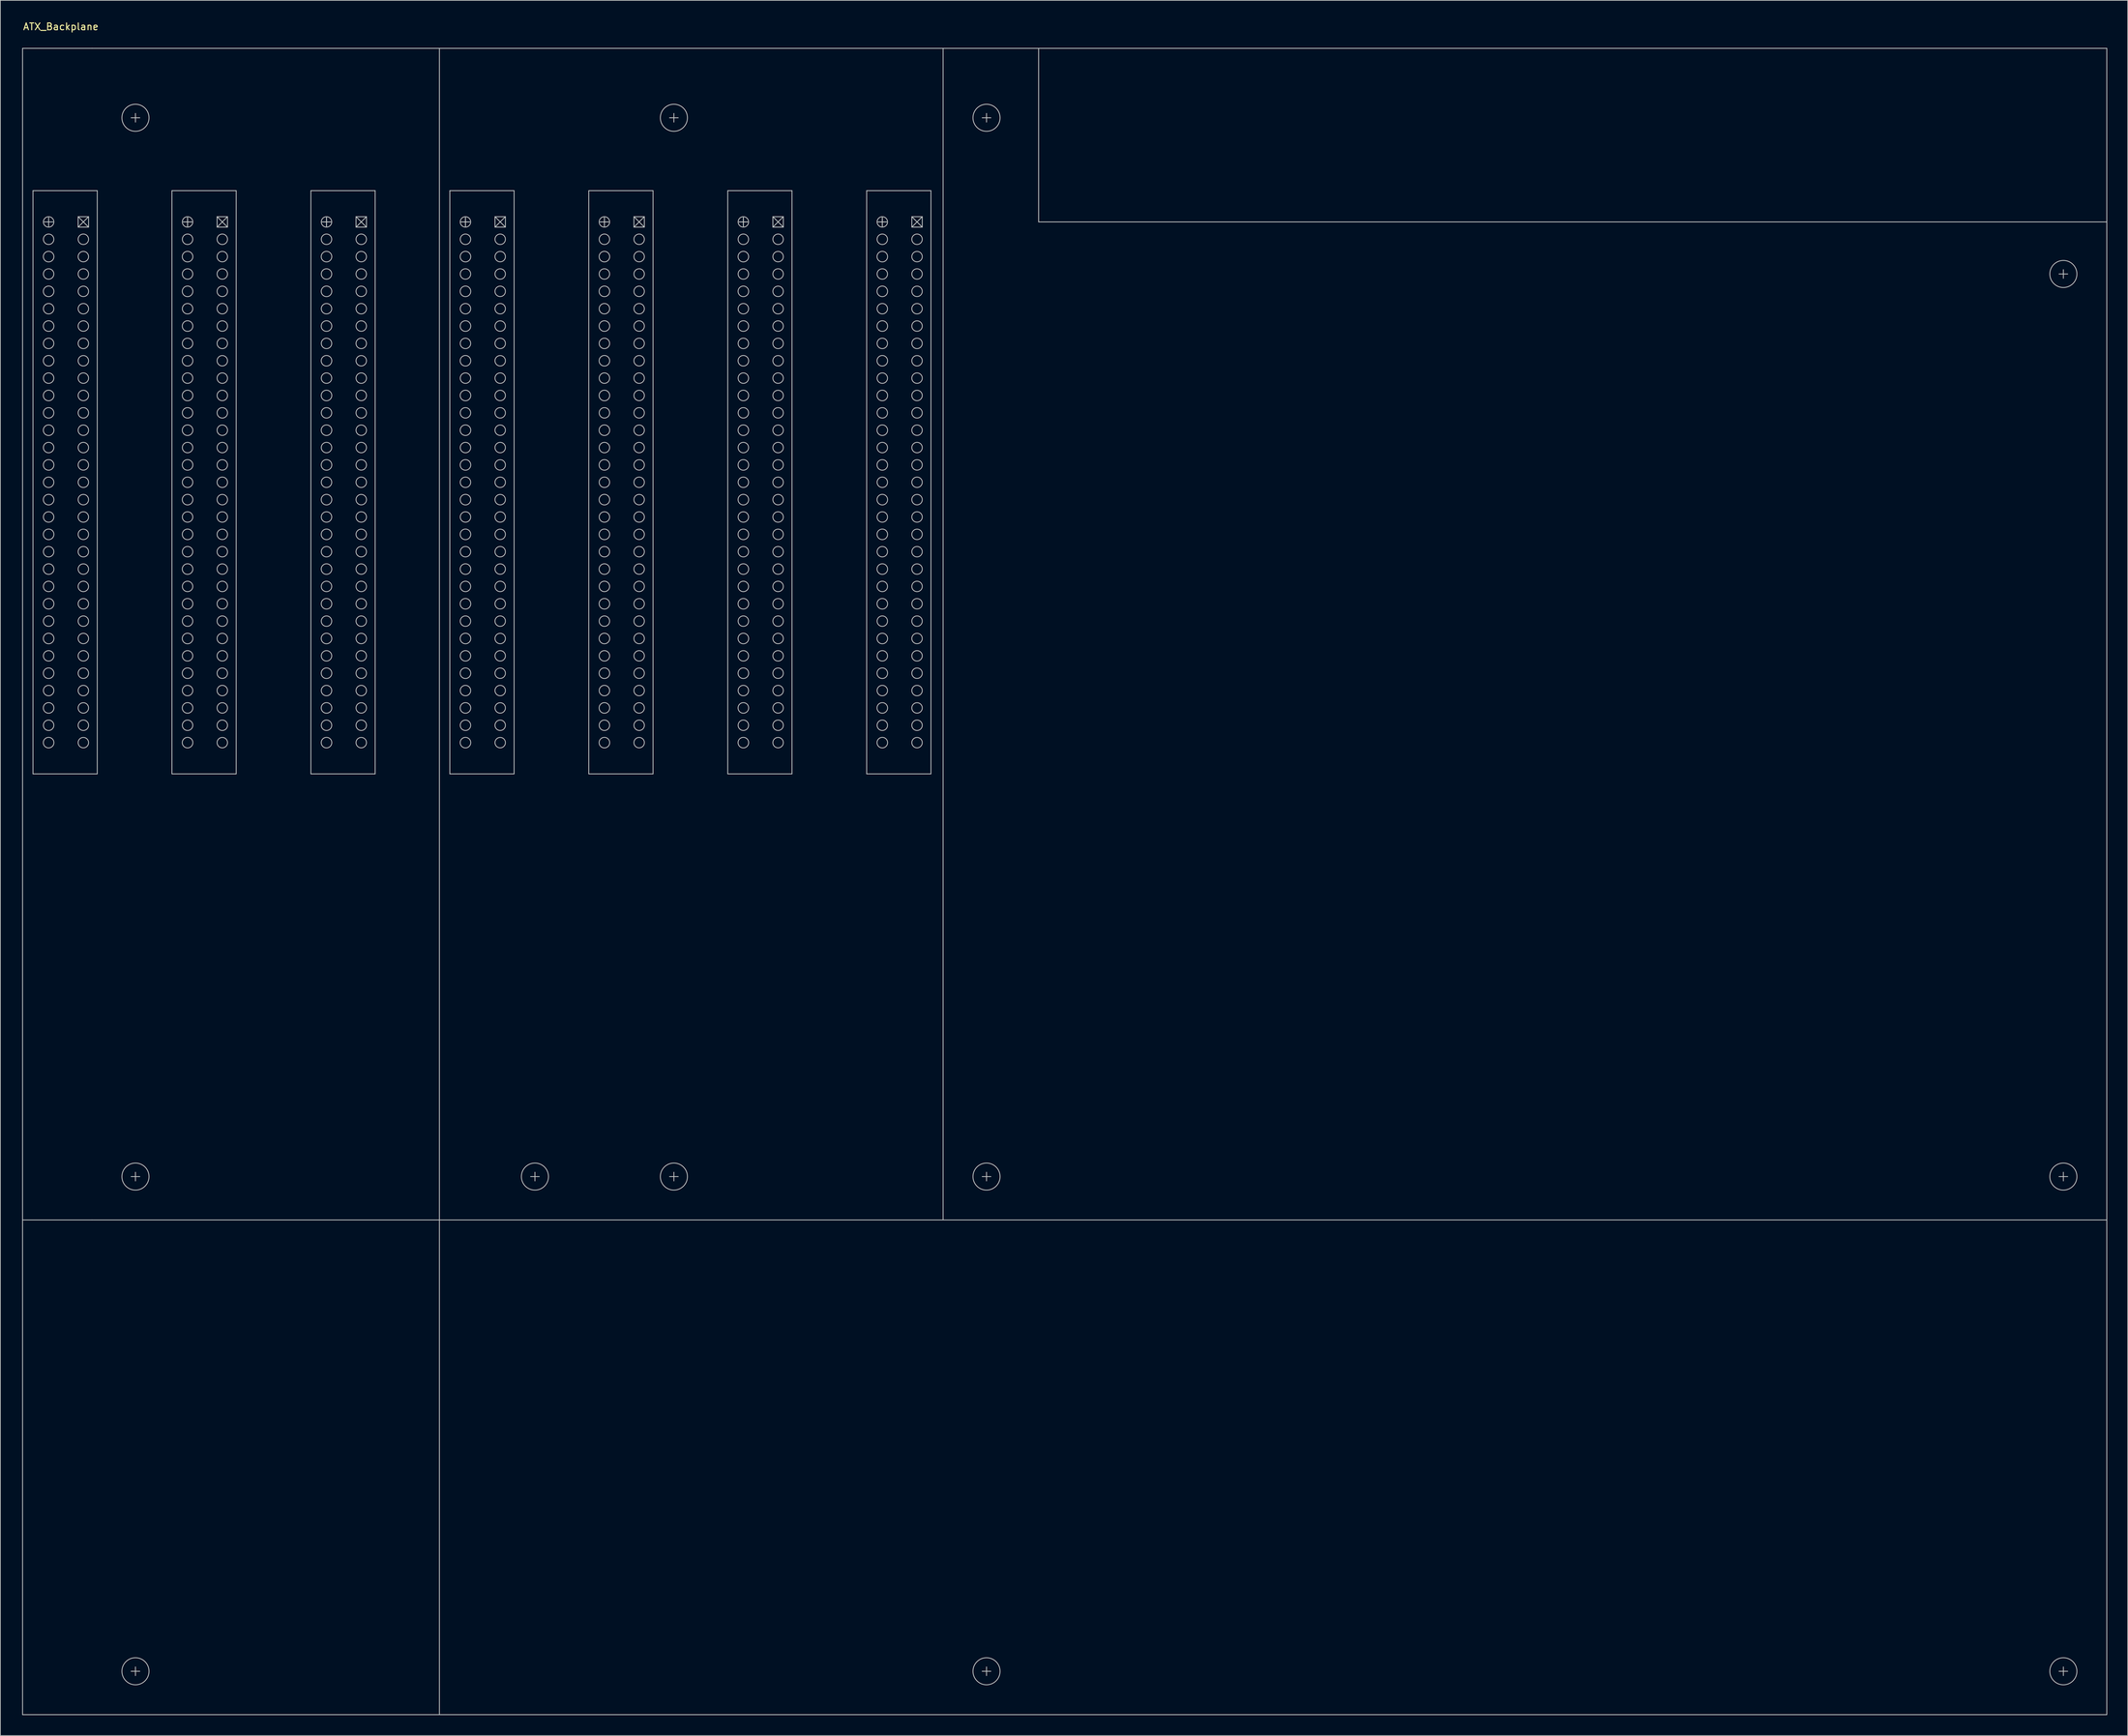
<source format=kicad_pcb>
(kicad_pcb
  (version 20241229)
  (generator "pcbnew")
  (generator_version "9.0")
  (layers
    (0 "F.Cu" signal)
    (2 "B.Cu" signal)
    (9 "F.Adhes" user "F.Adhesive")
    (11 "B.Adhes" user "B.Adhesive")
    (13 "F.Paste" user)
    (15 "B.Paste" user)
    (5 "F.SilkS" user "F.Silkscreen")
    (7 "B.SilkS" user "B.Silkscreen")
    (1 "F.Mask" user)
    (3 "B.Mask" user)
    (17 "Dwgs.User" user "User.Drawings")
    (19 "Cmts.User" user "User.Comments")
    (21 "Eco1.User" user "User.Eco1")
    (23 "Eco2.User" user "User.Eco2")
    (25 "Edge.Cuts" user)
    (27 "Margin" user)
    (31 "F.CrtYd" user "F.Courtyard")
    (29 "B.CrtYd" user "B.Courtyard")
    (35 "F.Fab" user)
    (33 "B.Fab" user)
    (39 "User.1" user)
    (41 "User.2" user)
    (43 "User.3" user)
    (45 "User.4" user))
  (footprint "ATX_Backplane"
    (layer "F.Cu")
    (at 0.25 4.023)
    (property "Reference" "ATX_Backplane" (at 0 -3.175 0) (layer "F.SilkS") (effects (font (size 1 1) (thickness 0.15)) (justify left)))
    (attr through_hole)
    (fp_line (start 0 0) (end 0 171.45) (stroke (width 0.12) (type solid)) (layer "Dwgs.User"))
    (fp_line (start 0 0) (end 10.16 0) (stroke (width 0.12) (type solid)) (layer "Dwgs.User"))
    (fp_line (start 0 171.45) (end 0 243.84) (stroke (width 0.12) (type solid)) (layer "Dwgs.User"))
    (fp_line (start 0 171.45) (end 10.16 171.45) (stroke (width 0.12) (type solid)) (layer "Dwgs.User"))
    (fp_line (start 0 243.84) (end 304.8 243.84) (stroke (width 0.12) (type solid)) (layer "Dwgs.User"))
    (fp_line (start 1.524 20.828) (end 10.922 20.828) (stroke (width 0.12) (type solid)) (layer "Dwgs.User"))
    (fp_line (start 1.524 106.172) (end 1.524 20.828) (stroke (width 0.12) (type solid)) (layer "Dwgs.User"))
    (fp_line (start 3.175 25.4) (end 4.445 25.4) (stroke (width 0.12) (type solid)) (layer "Dwgs.User"))
    (fp_line (start 3.81 26.035) (end 3.81 24.765) (stroke (width 0.12) (type solid)) (layer "Dwgs.User"))
    (fp_line (start 8.128 24.638) (end 8.128 26.162) (stroke (width 0.12) (type solid)) (layer "Dwgs.User"))
    (fp_line (start 8.128 24.638) (end 9.652 26.162) (stroke (width 0.12) (type solid)) (layer "Dwgs.User"))
    (fp_line (start 8.128 26.162) (end 9.652 24.638) (stroke (width 0.12) (type solid)) (layer "Dwgs.User"))
    (fp_line (start 8.128 26.162) (end 9.652 26.162) (stroke (width 0.12) (type solid)) (layer "Dwgs.User"))
    (fp_line (start 9.652 24.638) (end 8.128 24.638) (stroke (width 0.12) (type solid)) (layer "Dwgs.User"))
    (fp_line (start 9.652 26.162) (end 9.652 24.638) (stroke (width 0.12) (type solid)) (layer "Dwgs.User"))
    (fp_line (start 10.16 0) (end 304.8 0) (stroke (width 0.12) (type solid)) (layer "Dwgs.User"))
    (fp_line (start 10.16 171.45) (end 304.8 171.45) (stroke (width 0.12) (type solid)) (layer "Dwgs.User"))
    (fp_line (start 10.922 20.828) (end 10.922 106.172) (stroke (width 0.12) (type solid)) (layer "Dwgs.User"))
    (fp_line (start 10.922 106.172) (end 1.524 106.172) (stroke (width 0.12) (type solid)) (layer "Dwgs.User"))
    (fp_line (start 15.875 10.16) (end 17.145 10.16) (stroke (width 0.12) (type solid)) (layer "Dwgs.User"))
    (fp_line (start 15.875 165.1) (end 17.145 165.1) (stroke (width 0.12) (type solid)) (layer "Dwgs.User"))
    (fp_line (start 15.875 237.49) (end 17.145 237.49) (stroke (width 0.12) (type solid)) (layer "Dwgs.User"))
    (fp_line (start 16.51 9.525) (end 16.51 10.795) (stroke (width 0.12) (type solid)) (layer "Dwgs.User"))
    (fp_line (start 16.51 164.465) (end 16.51 165.735) (stroke (width 0.12) (type solid)) (layer "Dwgs.User"))
    (fp_line (start 16.51 236.855) (end 16.51 238.125) (stroke (width 0.12) (type solid)) (layer "Dwgs.User"))
    (fp_line (start 21.844 20.828) (end 31.242 20.828) (stroke (width 0.12) (type solid)) (layer "Dwgs.User"))
    (fp_line (start 21.844 106.172) (end 21.844 20.828) (stroke (width 0.12) (type solid)) (layer "Dwgs.User"))
    (fp_line (start 23.495 25.4) (end 24.765 25.4) (stroke (width 0.12) (type solid)) (layer "Dwgs.User"))
    (fp_line (start 23.495 25.4) (end 24.765 25.4) (stroke (width 0.12) (type solid)) (layer "Dwgs.User"))
    (fp_line (start 24.13 26.035) (end 24.13 24.765) (stroke (width 0.12) (type solid)) (layer "Dwgs.User"))
    (fp_line (start 24.13 26.035) (end 24.13 24.765) (stroke (width 0.12) (type solid)) (layer "Dwgs.User"))
    (fp_line (start 28.448 24.638) (end 28.448 26.162) (stroke (width 0.12) (type solid)) (layer "Dwgs.User"))
    (fp_line (start 28.448 24.638) (end 29.972 26.162) (stroke (width 0.12) (type solid)) (layer "Dwgs.User"))
    (fp_line (start 28.448 26.162) (end 29.972 24.638) (stroke (width 0.12) (type solid)) (layer "Dwgs.User"))
    (fp_line (start 28.448 26.162) (end 29.972 26.162) (stroke (width 0.12) (type solid)) (layer "Dwgs.User"))
    (fp_line (start 29.972 24.638) (end 28.448 24.638) (stroke (width 0.12) (type solid)) (layer "Dwgs.User"))
    (fp_line (start 29.972 26.162) (end 29.972 24.638) (stroke (width 0.12) (type solid)) (layer "Dwgs.User"))
    (fp_line (start 31.242 20.828) (end 31.242 106.172) (stroke (width 0.12) (type solid)) (layer "Dwgs.User"))
    (fp_line (start 31.242 106.172) (end 21.844 106.172) (stroke (width 0.12) (type solid)) (layer "Dwgs.User"))
    (fp_line (start 42.164 20.828) (end 51.562 20.828) (stroke (width 0.12) (type solid)) (layer "Dwgs.User"))
    (fp_line (start 42.164 106.172) (end 42.164 20.828) (stroke (width 0.12) (type solid)) (layer "Dwgs.User"))
    (fp_line (start 43.815 25.4) (end 45.085 25.4) (stroke (width 0.12) (type solid)) (layer "Dwgs.User"))
    (fp_line (start 44.45 24.765) (end 44.45 26.035) (stroke (width 0.12) (type solid)) (layer "Dwgs.User"))
    (fp_line (start 44.45 26.035) (end 44.45 24.765) (stroke (width 0.12) (type solid)) (layer "Dwgs.User"))
    (fp_line (start 45.085 25.4) (end 43.815 25.4) (stroke (width 0.12) (type solid)) (layer "Dwgs.User"))
    (fp_line (start 48.768 24.638) (end 48.768 26.162) (stroke (width 0.12) (type solid)) (layer "Dwgs.User"))
    (fp_line (start 48.768 24.638) (end 50.292 26.162) (stroke (width 0.12) (type solid)) (layer "Dwgs.User"))
    (fp_line (start 48.768 26.162) (end 50.292 24.638) (stroke (width 0.12) (type solid)) (layer "Dwgs.User"))
    (fp_line (start 48.768 26.162) (end 50.292 26.162) (stroke (width 0.12) (type solid)) (layer "Dwgs.User"))
    (fp_line (start 50.292 24.638) (end 48.768 24.638) (stroke (width 0.12) (type solid)) (layer "Dwgs.User"))
    (fp_line (start 50.292 26.162) (end 50.292 24.638) (stroke (width 0.12) (type solid)) (layer "Dwgs.User"))
    (fp_line (start 51.562 20.828) (end 51.562 106.172) (stroke (width 0.12) (type solid)) (layer "Dwgs.User"))
    (fp_line (start 51.562 106.172) (end 42.164 106.172) (stroke (width 0.12) (type solid)) (layer "Dwgs.User"))
    (fp_line (start 60.96 243.84) (end 60.96 0) (stroke (width 0.12) (type solid)) (layer "Dwgs.User"))
    (fp_line (start 62.484 20.828) (end 71.882 20.828) (stroke (width 0.12) (type solid)) (layer "Dwgs.User"))
    (fp_line (start 62.484 106.172) (end 62.484 20.828) (stroke (width 0.12) (type solid)) (layer "Dwgs.User"))
    (fp_line (start 64.135 25.4) (end 65.405 25.4) (stroke (width 0.12) (type solid)) (layer "Dwgs.User"))
    (fp_line (start 64.135 25.4) (end 65.405 25.4) (stroke (width 0.12) (type solid)) (layer "Dwgs.User"))
    (fp_line (start 64.77 24.765) (end 64.77 26.035) (stroke (width 0.12) (type solid)) (layer "Dwgs.User"))
    (fp_line (start 64.77 26.035) (end 64.77 24.765) (stroke (width 0.12) (type solid)) (layer "Dwgs.User"))
    (fp_line (start 69.088 24.638) (end 69.088 26.162) (stroke (width 0.12) (type solid)) (layer "Dwgs.User"))
    (fp_line (start 69.088 24.638) (end 70.612 26.162) (stroke (width 0.12) (type solid)) (layer "Dwgs.User"))
    (fp_line (start 69.088 26.162) (end 70.612 24.638) (stroke (width 0.12) (type solid)) (layer "Dwgs.User"))
    (fp_line (start 69.088 26.162) (end 70.612 26.162) (stroke (width 0.12) (type solid)) (layer "Dwgs.User"))
    (fp_line (start 70.612 24.638) (end 69.088 24.638) (stroke (width 0.12) (type solid)) (layer "Dwgs.User"))
    (fp_line (start 70.612 26.162) (end 70.612 24.638) (stroke (width 0.12) (type solid)) (layer "Dwgs.User"))
    (fp_line (start 71.882 20.828) (end 71.882 106.172) (stroke (width 0.12) (type solid)) (layer "Dwgs.User"))
    (fp_line (start 71.882 106.172) (end 62.484 106.172) (stroke (width 0.12) (type solid)) (layer "Dwgs.User"))
    (fp_line (start 74.295 165.1) (end 75.565 165.1) (stroke (width 0.12) (type solid)) (layer "Dwgs.User"))
    (fp_line (start 74.93 164.465) (end 74.93 165.735) (stroke (width 0.12) (type solid)) (layer "Dwgs.User"))
    (fp_line (start 82.804 20.828) (end 92.202 20.828) (stroke (width 0.12) (type solid)) (layer "Dwgs.User"))
    (fp_line (start 82.804 106.172) (end 82.804 20.828) (stroke (width 0.12) (type solid)) (layer "Dwgs.User"))
    (fp_line (start 84.455 25.4) (end 85.725 25.4) (stroke (width 0.12) (type solid)) (layer "Dwgs.User"))
    (fp_line (start 84.455 25.4) (end 85.725 25.4) (stroke (width 0.12) (type solid)) (layer "Dwgs.User"))
    (fp_line (start 85.09 24.765) (end 85.09 26.035) (stroke (width 0.12) (type solid)) (layer "Dwgs.User"))
    (fp_line (start 85.09 26.035) (end 85.09 24.765) (stroke (width 0.12) (type solid)) (layer "Dwgs.User"))
    (fp_line (start 89.408 24.638) (end 89.408 26.162) (stroke (width 0.12) (type solid)) (layer "Dwgs.User"))
    (fp_line (start 89.408 24.638) (end 90.932 26.162) (stroke (width 0.12) (type solid)) (layer "Dwgs.User"))
    (fp_line (start 89.408 26.162) (end 90.932 24.638) (stroke (width 0.12) (type solid)) (layer "Dwgs.User"))
    (fp_line (start 89.408 26.162) (end 90.932 26.162) (stroke (width 0.12) (type solid)) (layer "Dwgs.User"))
    (fp_line (start 90.932 24.638) (end 89.408 24.638) (stroke (width 0.12) (type solid)) (layer "Dwgs.User"))
    (fp_line (start 90.932 26.162) (end 90.932 24.638) (stroke (width 0.12) (type solid)) (layer "Dwgs.User"))
    (fp_line (start 92.202 20.828) (end 92.202 106.172) (stroke (width 0.12) (type solid)) (layer "Dwgs.User"))
    (fp_line (start 92.202 106.172) (end 82.804 106.172) (stroke (width 0.12) (type solid)) (layer "Dwgs.User"))
    (fp_line (start 94.615 10.16) (end 95.885 10.16) (stroke (width 0.12) (type solid)) (layer "Dwgs.User"))
    (fp_line (start 94.615 165.1) (end 95.885 165.1) (stroke (width 0.12) (type solid)) (layer "Dwgs.User"))
    (fp_line (start 95.25 9.525) (end 95.25 10.795) (stroke (width 0.12) (type solid)) (layer "Dwgs.User"))
    (fp_line (start 95.25 164.465) (end 95.25 165.735) (stroke (width 0.12) (type solid)) (layer "Dwgs.User"))
    (fp_line (start 103.124 20.828) (end 112.522 20.828) (stroke (width 0.12) (type solid)) (layer "Dwgs.User"))
    (fp_line (start 103.124 106.172) (end 103.124 20.828) (stroke (width 0.12) (type solid)) (layer "Dwgs.User"))
    (fp_line (start 104.775 25.4) (end 106.045 25.4) (stroke (width 0.12) (type solid)) (layer "Dwgs.User"))
    (fp_line (start 104.775 25.4) (end 106.045 25.4) (stroke (width 0.12) (type solid)) (layer "Dwgs.User"))
    (fp_line (start 105.41 24.765) (end 105.41 26.035) (stroke (width 0.12) (type solid)) (layer "Dwgs.User"))
    (fp_line (start 105.41 26.035) (end 105.41 24.765) (stroke (width 0.12) (type solid)) (layer "Dwgs.User"))
    (fp_line (start 109.728 24.638) (end 109.728 26.162) (stroke (width 0.12) (type solid)) (layer "Dwgs.User"))
    (fp_line (start 109.728 24.638) (end 111.252 26.162) (stroke (width 0.12) (type solid)) (layer "Dwgs.User"))
    (fp_line (start 109.728 26.162) (end 111.252 24.638) (stroke (width 0.12) (type solid)) (layer "Dwgs.User"))
    (fp_line (start 109.728 26.162) (end 111.252 26.162) (stroke (width 0.12) (type solid)) (layer "Dwgs.User"))
    (fp_line (start 111.252 24.638) (end 109.728 24.638) (stroke (width 0.12) (type solid)) (layer "Dwgs.User"))
    (fp_line (start 111.252 26.162) (end 111.252 24.638) (stroke (width 0.12) (type solid)) (layer "Dwgs.User"))
    (fp_line (start 112.522 20.828) (end 112.522 106.172) (stroke (width 0.12) (type solid)) (layer "Dwgs.User"))
    (fp_line (start 112.522 106.172) (end 103.124 106.172) (stroke (width 0.12) (type solid)) (layer "Dwgs.User"))
    (fp_line (start 123.444 20.828) (end 132.842 20.828) (stroke (width 0.12) (type solid)) (layer "Dwgs.User"))
    (fp_line (start 123.444 106.172) (end 123.444 20.828) (stroke (width 0.12) (type solid)) (layer "Dwgs.User"))
    (fp_line (start 125.095 25.4) (end 126.365 25.4) (stroke (width 0.12) (type solid)) (layer "Dwgs.User"))
    (fp_line (start 125.095 25.4) (end 126.365 25.4) (stroke (width 0.12) (type solid)) (layer "Dwgs.User"))
    (fp_line (start 125.73 26.035) (end 125.73 24.765) (stroke (width 0.12) (type solid)) (layer "Dwgs.User"))
    (fp_line (start 125.73 26.035) (end 125.73 24.765) (stroke (width 0.12) (type solid)) (layer "Dwgs.User"))
    (fp_line (start 130.048 24.638) (end 130.048 26.162) (stroke (width 0.12) (type solid)) (layer "Dwgs.User"))
    (fp_line (start 130.048 24.638) (end 131.572 26.162) (stroke (width 0.12) (type solid)) (layer "Dwgs.User"))
    (fp_line (start 130.048 26.162) (end 131.572 24.638) (stroke (width 0.12) (type solid)) (layer "Dwgs.User"))
    (fp_line (start 130.048 26.162) (end 131.572 26.162) (stroke (width 0.12) (type solid)) (layer "Dwgs.User"))
    (fp_line (start 131.572 24.638) (end 130.048 24.638) (stroke (width 0.12) (type solid)) (layer "Dwgs.User"))
    (fp_line (start 131.572 26.162) (end 131.572 24.638) (stroke (width 0.12) (type solid)) (layer "Dwgs.User"))
    (fp_line (start 132.842 20.828) (end 132.842 106.172) (stroke (width 0.12) (type solid)) (layer "Dwgs.User"))
    (fp_line (start 132.842 106.172) (end 123.444 106.172) (stroke (width 0.12) (type solid)) (layer "Dwgs.User"))
    (fp_line (start 134.62 171.45) (end 134.62 0) (stroke (width 0.12) (type solid)) (layer "Dwgs.User"))
    (fp_line (start 140.335 10.16) (end 141.605 10.16) (stroke (width 0.12) (type solid)) (layer "Dwgs.User"))
    (fp_line (start 140.335 165.1) (end 141.605 165.1) (stroke (width 0.12) (type solid)) (layer "Dwgs.User"))
    (fp_line (start 140.335 237.49) (end 141.605 237.49) (stroke (width 0.12) (type solid)) (layer "Dwgs.User"))
    (fp_line (start 140.97 9.525) (end 140.97 10.795) (stroke (width 0.12) (type solid)) (layer "Dwgs.User"))
    (fp_line (start 140.97 164.465) (end 140.97 165.735) (stroke (width 0.12) (type solid)) (layer "Dwgs.User"))
    (fp_line (start 140.97 236.855) (end 140.97 238.125) (stroke (width 0.12) (type solid)) (layer "Dwgs.User"))
    (fp_line (start 148.59 0) (end 148.59 25.4) (stroke (width 0.12) (type solid)) (layer "Dwgs.User"))
    (fp_line (start 148.59 25.4) (end 304.8 25.4) (stroke (width 0.12) (type solid)) (layer "Dwgs.User"))
    (fp_line (start 297.815 33.02) (end 299.085 33.02) (stroke (width 0.12) (type solid)) (layer "Dwgs.User"))
    (fp_line (start 297.815 165.1) (end 299.085 165.1) (stroke (width 0.12) (type solid)) (layer "Dwgs.User"))
    (fp_line (start 298.45 32.385) (end 298.45 33.655) (stroke (width 0.12) (type solid)) (layer "Dwgs.User"))
    (fp_line (start 298.45 164.465) (end 298.45 165.735) (stroke (width 0.12) (type solid)) (layer "Dwgs.User"))
    (fp_line (start 298.45 236.855) (end 298.45 238.125) (stroke (width 0.12) (type solid)) (layer "Dwgs.User"))
    (fp_line (start 299.085 237.49) (end 297.815 237.49) (stroke (width 0.12) (type solid)) (layer "Dwgs.User"))
    (fp_line (start 304.8 0) (end 304.8 171.45) (stroke (width 0.12) (type solid)) (layer "Dwgs.User"))
    (fp_line (start 304.8 243.84) (end 304.8 171.45) (stroke (width 0.12) (type solid)) (layer "Dwgs.User"))
    (fp_circle (center 3.81 25.4) (end 4.572 25.4) (stroke (width 0.12) (type solid)) (fill no) (layer "Dwgs.User"))
    (fp_circle (center 3.81 27.94) (end 4.572 27.94) (stroke (width 0.12) (type solid)) (fill no) (layer "Dwgs.User"))
    (fp_circle (center 3.81 30.48) (end 4.572 30.607) (stroke (width 0.12) (type solid)) (fill no) (layer "Dwgs.User"))
    (fp_circle (center 3.81 33.02) (end 4.572 33.02) (stroke (width 0.12) (type solid)) (fill no) (layer "Dwgs.User"))
    (fp_circle (center 3.81 35.56) (end 4.572 35.687) (stroke (width 0.12) (type solid)) (fill no) (layer "Dwgs.User"))
    (fp_circle (center 3.81 38.1) (end 4.572 38.1) (stroke (width 0.12) (type solid)) (fill no) (layer "Dwgs.User"))
    (fp_circle (center 3.81 40.64) (end 4.572 40.767) (stroke (width 0.12) (type solid)) (fill no) (layer "Dwgs.User"))
    (fp_circle (center 3.81 43.18) (end 4.572 43.18) (stroke (width 0.12) (type solid)) (fill no) (layer "Dwgs.User"))
    (fp_circle (center 3.81 45.72) (end 4.572 45.847) (stroke (width 0.12) (type solid)) (fill no) (layer "Dwgs.User"))
    (fp_circle (center 3.81 48.26) (end 4.572 48.26) (stroke (width 0.12) (type solid)) (fill no) (layer "Dwgs.User"))
    (fp_circle (center 3.81 50.8) (end 4.572 50.927) (stroke (width 0.12) (type solid)) (fill no) (layer "Dwgs.User"))
    (fp_circle (center 3.81 53.34) (end 4.572 53.34) (stroke (width 0.12) (type solid)) (fill no) (layer "Dwgs.User"))
    (fp_circle (center 3.81 55.88) (end 4.572 56.007) (stroke (width 0.12) (type solid)) (fill no) (layer "Dwgs.User"))
    (fp_circle (center 3.81 58.42) (end 4.572 58.42) (stroke (width 0.12) (type solid)) (fill no) (layer "Dwgs.User"))
    (fp_circle (center 3.81 60.96) (end 4.572 61.087) (stroke (width 0.12) (type solid)) (fill no) (layer "Dwgs.User"))
    (fp_circle (center 3.81 63.5) (end 4.572 63.5) (stroke (width 0.12) (type solid)) (fill no) (layer "Dwgs.User"))
    (fp_circle (center 3.81 66.04) (end 4.572 66.167) (stroke (width 0.12) (type solid)) (fill no) (layer "Dwgs.User"))
    (fp_circle (center 3.81 68.58) (end 4.572 68.58) (stroke (width 0.12) (type solid)) (fill no) (layer "Dwgs.User"))
    (fp_circle (center 3.81 71.12) (end 4.572 71.247) (stroke (width 0.12) (type solid)) (fill no) (layer "Dwgs.User"))
    (fp_circle (center 3.81 73.66) (end 4.572 73.66) (stroke (width 0.12) (type solid)) (fill no) (layer "Dwgs.User"))
    (fp_circle (center 3.81 76.2) (end 4.572 76.327) (stroke (width 0.12) (type solid)) (fill no) (layer "Dwgs.User"))
    (fp_circle (center 3.81 78.74) (end 4.572 78.74) (stroke (width 0.12) (type solid)) (fill no) (layer "Dwgs.User"))
    (fp_circle (center 3.81 81.28) (end 4.572 81.407) (stroke (width 0.12) (type solid)) (fill no) (layer "Dwgs.User"))
    (fp_circle (center 3.81 83.82) (end 4.572 83.82) (stroke (width 0.12) (type solid)) (fill no) (layer "Dwgs.User"))
    (fp_circle (center 3.81 86.36) (end 4.572 86.487) (stroke (width 0.12) (type solid)) (fill no) (layer "Dwgs.User"))
    (fp_circle (center 3.81 88.9) (end 4.572 88.9) (stroke (width 0.12) (type solid)) (fill no) (layer "Dwgs.User"))
    (fp_circle (center 3.81 91.44) (end 4.572 91.567) (stroke (width 0.12) (type solid)) (fill no) (layer "Dwgs.User"))
    (fp_circle (center 3.81 93.98) (end 4.572 93.98) (stroke (width 0.12) (type solid)) (fill no) (layer "Dwgs.User"))
    (fp_circle (center 3.81 96.52) (end 4.572 96.647) (stroke (width 0.12) (type solid)) (fill no) (layer "Dwgs.User"))
    (fp_circle (center 3.81 99.06) (end 4.572 99.06) (stroke (width 0.12) (type solid)) (fill no) (layer "Dwgs.User"))
    (fp_circle (center 3.81 101.6) (end 4.572 101.727) (stroke (width 0.12) (type solid)) (fill no) (layer "Dwgs.User"))
    (fp_circle (center 8.89 27.94) (end 9.652 27.94) (stroke (width 0.12) (type solid)) (fill no) (layer "Dwgs.User"))
    (fp_circle (center 8.89 30.48) (end 9.652 30.48) (stroke (width 0.12) (type solid)) (fill no) (layer "Dwgs.User"))
    (fp_circle (center 8.89 33.02) (end 9.652 33.02) (stroke (width 0.12) (type solid)) (fill no) (layer "Dwgs.User"))
    (fp_circle (center 8.89 35.56) (end 9.652 35.56) (stroke (width 0.12) (type solid)) (fill no) (layer "Dwgs.User"))
    (fp_circle (center 8.89 38.1) (end 9.652 38.1) (stroke (width 0.12) (type solid)) (fill no) (layer "Dwgs.User"))
    (fp_circle (center 8.89 40.64) (end 9.652 40.64) (stroke (width 0.12) (type solid)) (fill no) (layer "Dwgs.User"))
    (fp_circle (center 8.89 43.18) (end 9.652 43.18) (stroke (width 0.12) (type solid)) (fill no) (layer "Dwgs.User"))
    (fp_circle (center 8.89 45.72) (end 9.652 45.72) (stroke (width 0.12) (type solid)) (fill no) (layer "Dwgs.User"))
    (fp_circle (center 8.89 48.26) (end 9.652 48.26) (stroke (width 0.12) (type solid)) (fill no) (layer "Dwgs.User"))
    (fp_circle (center 8.89 50.8) (end 9.652 50.8) (stroke (width 0.12) (type solid)) (fill no) (layer "Dwgs.User"))
    (fp_circle (center 8.89 53.34) (end 9.652 53.34) (stroke (width 0.12) (type solid)) (fill no) (layer "Dwgs.User"))
    (fp_circle (center 8.89 55.88) (end 9.652 55.88) (stroke (width 0.12) (type solid)) (fill no) (layer "Dwgs.User"))
    (fp_circle (center 8.89 58.42) (end 9.652 58.42) (stroke (width 0.12) (type solid)) (fill no) (layer "Dwgs.User"))
    (fp_circle (center 8.89 60.96) (end 9.652 60.96) (stroke (width 0.12) (type solid)) (fill no) (layer "Dwgs.User"))
    (fp_circle (center 8.89 63.5) (end 9.652 63.5) (stroke (width 0.12) (type solid)) (fill no) (layer "Dwgs.User"))
    (fp_circle (center 8.89 66.04) (end 9.652 66.04) (stroke (width 0.12) (type solid)) (fill no) (layer "Dwgs.User"))
    (fp_circle (center 8.89 68.58) (end 9.652 68.58) (stroke (width 0.12) (type solid)) (fill no) (layer "Dwgs.User"))
    (fp_circle (center 8.89 71.12) (end 9.652 71.12) (stroke (width 0.12) (type solid)) (fill no) (layer "Dwgs.User"))
    (fp_circle (center 8.89 73.66) (end 9.652 73.66) (stroke (width 0.12) (type solid)) (fill no) (layer "Dwgs.User"))
    (fp_circle (center 8.89 76.2) (end 9.652 76.2) (stroke (width 0.12) (type solid)) (fill no) (layer "Dwgs.User"))
    (fp_circle (center 8.89 78.74) (end 9.652 78.74) (stroke (width 0.12) (type solid)) (fill no) (layer "Dwgs.User"))
    (fp_circle (center 8.89 81.28) (end 9.652 81.28) (stroke (width 0.12) (type solid)) (fill no) (layer "Dwgs.User"))
    (fp_circle (center 8.89 83.82) (end 9.652 83.82) (stroke (width 0.12) (type solid)) (fill no) (layer "Dwgs.User"))
    (fp_circle (center 8.89 86.36) (end 9.652 86.36) (stroke (width 0.12) (type solid)) (fill no) (layer "Dwgs.User"))
    (fp_circle (center 8.89 88.9) (end 9.652 88.9) (stroke (width 0.12) (type solid)) (fill no) (layer "Dwgs.User"))
    (fp_circle (center 8.89 91.44) (end 9.652 91.44) (stroke (width 0.12) (type solid)) (fill no) (layer "Dwgs.User"))
    (fp_circle (center 8.89 93.98) (end 9.652 93.98) (stroke (width 0.12) (type solid)) (fill no) (layer "Dwgs.User"))
    (fp_circle (center 8.89 96.52) (end 9.652 96.52) (stroke (width 0.12) (type solid)) (fill no) (layer "Dwgs.User"))
    (fp_circle (center 8.89 99.06) (end 9.652 99.06) (stroke (width 0.12) (type solid)) (fill no) (layer "Dwgs.User"))
    (fp_circle (center 8.89 101.6) (end 9.652 101.6) (stroke (width 0.12) (type solid)) (fill no) (layer "Dwgs.User"))
    (fp_circle (center 16.51 10.16) (end 18.491 10.16) (stroke (width 0.12) (type solid)) (fill no) (layer "Dwgs.User"))
    (fp_circle (center 16.51 165.1) (end 18.491 165.1) (stroke (width 0.12) (type solid)) (fill no) (layer "Dwgs.User"))
    (fp_circle (center 16.51 237.49) (end 18.491 237.49) (stroke (width 0.12) (type solid)) (fill no) (layer "Dwgs.User"))
    (fp_circle (center 24.13 25.4) (end 24.892 25.4) (stroke (width 0.12) (type solid)) (fill no) (layer "Dwgs.User"))
    (fp_circle (center 24.13 27.94) (end 24.892 27.94) (stroke (width 0.12) (type solid)) (fill no) (layer "Dwgs.User"))
    (fp_circle (center 24.13 30.48) (end 24.892 30.607) (stroke (width 0.12) (type solid)) (fill no) (layer "Dwgs.User"))
    (fp_circle (center 24.13 33.02) (end 24.892 33.02) (stroke (width 0.12) (type solid)) (fill no) (layer "Dwgs.User"))
    (fp_circle (center 24.13 35.56) (end 24.892 35.687) (stroke (width 0.12) (type solid)) (fill no) (layer "Dwgs.User"))
    (fp_circle (center 24.13 38.1) (end 24.892 38.1) (stroke (width 0.12) (type solid)) (fill no) (layer "Dwgs.User"))
    (fp_circle (center 24.13 40.64) (end 24.892 40.767) (stroke (width 0.12) (type solid)) (fill no) (layer "Dwgs.User"))
    (fp_circle (center 24.13 43.18) (end 24.892 43.18) (stroke (width 0.12) (type solid)) (fill no) (layer "Dwgs.User"))
    (fp_circle (center 24.13 45.72) (end 24.892 45.847) (stroke (width 0.12) (type solid)) (fill no) (layer "Dwgs.User"))
    (fp_circle (center 24.13 48.26) (end 24.892 48.26) (stroke (width 0.12) (type solid)) (fill no) (layer "Dwgs.User"))
    (fp_circle (center 24.13 50.8) (end 24.892 50.927) (stroke (width 0.12) (type solid)) (fill no) (layer "Dwgs.User"))
    (fp_circle (center 24.13 53.34) (end 24.892 53.34) (stroke (width 0.12) (type solid)) (fill no) (layer "Dwgs.User"))
    (fp_circle (center 24.13 55.88) (end 24.892 56.007) (stroke (width 0.12) (type solid)) (fill no) (layer "Dwgs.User"))
    (fp_circle (center 24.13 58.42) (end 24.892 58.42) (stroke (width 0.12) (type solid)) (fill no) (layer "Dwgs.User"))
    (fp_circle (center 24.13 60.96) (end 24.892 61.087) (stroke (width 0.12) (type solid)) (fill no) (layer "Dwgs.User"))
    (fp_circle (center 24.13 63.5) (end 24.892 63.5) (stroke (width 0.12) (type solid)) (fill no) (layer "Dwgs.User"))
    (fp_circle (center 24.13 66.04) (end 24.892 66.167) (stroke (width 0.12) (type solid)) (fill no) (layer "Dwgs.User"))
    (fp_circle (center 24.13 68.58) (end 24.892 68.58) (stroke (width 0.12) (type solid)) (fill no) (layer "Dwgs.User"))
    (fp_circle (center 24.13 71.12) (end 24.892 71.247) (stroke (width 0.12) (type solid)) (fill no) (layer "Dwgs.User"))
    (fp_circle (center 24.13 73.66) (end 24.892 73.66) (stroke (width 0.12) (type solid)) (fill no) (layer "Dwgs.User"))
    (fp_circle (center 24.13 76.2) (end 24.892 76.327) (stroke (width 0.12) (type solid)) (fill no) (layer "Dwgs.User"))
    (fp_circle (center 24.13 78.74) (end 24.892 78.74) (stroke (width 0.12) (type solid)) (fill no) (layer "Dwgs.User"))
    (fp_circle (center 24.13 81.28) (end 24.892 81.407) (stroke (width 0.12) (type solid)) (fill no) (layer "Dwgs.User"))
    (fp_circle (center 24.13 83.82) (end 24.892 83.82) (stroke (width 0.12) (type solid)) (fill no) (layer "Dwgs.User"))
    (fp_circle (center 24.13 86.36) (end 24.892 86.487) (stroke (width 0.12) (type solid)) (fill no) (layer "Dwgs.User"))
    (fp_circle (center 24.13 88.9) (end 24.892 88.9) (stroke (width 0.12) (type solid)) (fill no) (layer "Dwgs.User"))
    (fp_circle (center 24.13 91.44) (end 24.892 91.567) (stroke (width 0.12) (type solid)) (fill no) (layer "Dwgs.User"))
    (fp_circle (center 24.13 93.98) (end 24.892 93.98) (stroke (width 0.12) (type solid)) (fill no) (layer "Dwgs.User"))
    (fp_circle (center 24.13 96.52) (end 24.892 96.647) (stroke (width 0.12) (type solid)) (fill no) (layer "Dwgs.User"))
    (fp_circle (center 24.13 99.06) (end 24.892 99.06) (stroke (width 0.12) (type solid)) (fill no) (layer "Dwgs.User"))
    (fp_circle (center 24.13 101.6) (end 24.892 101.727) (stroke (width 0.12) (type solid)) (fill no) (layer "Dwgs.User"))
    (fp_circle (center 29.21 27.94) (end 29.972 27.94) (stroke (width 0.12) (type solid)) (fill no) (layer "Dwgs.User"))
    (fp_circle (center 29.21 30.48) (end 29.972 30.48) (stroke (width 0.12) (type solid)) (fill no) (layer "Dwgs.User"))
    (fp_circle (center 29.21 33.02) (end 29.972 33.02) (stroke (width 0.12) (type solid)) (fill no) (layer "Dwgs.User"))
    (fp_circle (center 29.21 35.56) (end 29.972 35.56) (stroke (width 0.12) (type solid)) (fill no) (layer "Dwgs.User"))
    (fp_circle (center 29.21 38.1) (end 29.972 38.1) (stroke (width 0.12) (type solid)) (fill no) (layer "Dwgs.User"))
    (fp_circle (center 29.21 40.64) (end 29.972 40.64) (stroke (width 0.12) (type solid)) (fill no) (layer "Dwgs.User"))
    (fp_circle (center 29.21 43.18) (end 29.972 43.18) (stroke (width 0.12) (type solid)) (fill no) (layer "Dwgs.User"))
    (fp_circle (center 29.21 45.72) (end 29.972 45.72) (stroke (width 0.12) (type solid)) (fill no) (layer "Dwgs.User"))
    (fp_circle (center 29.21 48.26) (end 29.972 48.26) (stroke (width 0.12) (type solid)) (fill no) (layer "Dwgs.User"))
    (fp_circle (center 29.21 50.8) (end 29.972 50.8) (stroke (width 0.12) (type solid)) (fill no) (layer "Dwgs.User"))
    (fp_circle (center 29.21 53.34) (end 29.972 53.34) (stroke (width 0.12) (type solid)) (fill no) (layer "Dwgs.User"))
    (fp_circle (center 29.21 55.88) (end 29.972 55.88) (stroke (width 0.12) (type solid)) (fill no) (layer "Dwgs.User"))
    (fp_circle (center 29.21 58.42) (end 29.972 58.42) (stroke (width 0.12) (type solid)) (fill no) (layer "Dwgs.User"))
    (fp_circle (center 29.21 60.96) (end 29.972 60.96) (stroke (width 0.12) (type solid)) (fill no) (layer "Dwgs.User"))
    (fp_circle (center 29.21 63.5) (end 29.972 63.5) (stroke (width 0.12) (type solid)) (fill no) (layer "Dwgs.User"))
    (fp_circle (center 29.21 66.04) (end 29.972 66.04) (stroke (width 0.12) (type solid)) (fill no) (layer "Dwgs.User"))
    (fp_circle (center 29.21 68.58) (end 29.972 68.58) (stroke (width 0.12) (type solid)) (fill no) (layer "Dwgs.User"))
    (fp_circle (center 29.21 71.12) (end 29.972 71.12) (stroke (width 0.12) (type solid)) (fill no) (layer "Dwgs.User"))
    (fp_circle (center 29.21 73.66) (end 29.972 73.66) (stroke (width 0.12) (type solid)) (fill no) (layer "Dwgs.User"))
    (fp_circle (center 29.21 76.2) (end 29.972 76.2) (stroke (width 0.12) (type solid)) (fill no) (layer "Dwgs.User"))
    (fp_circle (center 29.21 78.74) (end 29.972 78.74) (stroke (width 0.12) (type solid)) (fill no) (layer "Dwgs.User"))
    (fp_circle (center 29.21 81.28) (end 29.972 81.28) (stroke (width 0.12) (type solid)) (fill no) (layer "Dwgs.User"))
    (fp_circle (center 29.21 83.82) (end 29.972 83.82) (stroke (width 0.12) (type solid)) (fill no) (layer "Dwgs.User"))
    (fp_circle (center 29.21 86.36) (end 29.972 86.36) (stroke (width 0.12) (type solid)) (fill no) (layer "Dwgs.User"))
    (fp_circle (center 29.21 88.9) (end 29.972 88.9) (stroke (width 0.12) (type solid)) (fill no) (layer "Dwgs.User"))
    (fp_circle (center 29.21 91.44) (end 29.972 91.44) (stroke (width 0.12) (type solid)) (fill no) (layer "Dwgs.User"))
    (fp_circle (center 29.21 93.98) (end 29.972 93.98) (stroke (width 0.12) (type solid)) (fill no) (layer "Dwgs.User"))
    (fp_circle (center 29.21 96.52) (end 29.972 96.52) (stroke (width 0.12) (type solid)) (fill no) (layer "Dwgs.User"))
    (fp_circle (center 29.21 99.06) (end 29.972 99.06) (stroke (width 0.12) (type solid)) (fill no) (layer "Dwgs.User"))
    (fp_circle (center 29.21 101.6) (end 29.972 101.6) (stroke (width 0.12) (type solid)) (fill no) (layer "Dwgs.User"))
    (fp_circle (center 44.45 25.4) (end 45.212 25.4) (stroke (width 0.12) (type solid)) (fill no) (layer "Dwgs.User"))
    (fp_circle (center 44.45 27.94) (end 45.212 27.94) (stroke (width 0.12) (type solid)) (fill no) (layer "Dwgs.User"))
    (fp_circle (center 44.45 30.48) (end 45.212 30.607) (stroke (width 0.12) (type solid)) (fill no) (layer "Dwgs.User"))
    (fp_circle (center 44.45 33.02) (end 45.212 33.02) (stroke (width 0.12) (type solid)) (fill no) (layer "Dwgs.User"))
    (fp_circle (center 44.45 35.56) (end 45.212 35.687) (stroke (width 0.12) (type solid)) (fill no) (layer "Dwgs.User"))
    (fp_circle (center 44.45 38.1) (end 45.212 38.1) (stroke (width 0.12) (type solid)) (fill no) (layer "Dwgs.User"))
    (fp_circle (center 44.45 40.64) (end 45.212 40.767) (stroke (width 0.12) (type solid)) (fill no) (layer "Dwgs.User"))
    (fp_circle (center 44.45 43.18) (end 45.212 43.18) (stroke (width 0.12) (type solid)) (fill no) (layer "Dwgs.User"))
    (fp_circle (center 44.45 45.72) (end 45.212 45.847) (stroke (width 0.12) (type solid)) (fill no) (layer "Dwgs.User"))
    (fp_circle (center 44.45 48.26) (end 45.212 48.26) (stroke (width 0.12) (type solid)) (fill no) (layer "Dwgs.User"))
    (fp_circle (center 44.45 50.8) (end 45.212 50.927) (stroke (width 0.12) (type solid)) (fill no) (layer "Dwgs.User"))
    (fp_circle (center 44.45 53.34) (end 45.212 53.34) (stroke (width 0.12) (type solid)) (fill no) (layer "Dwgs.User"))
    (fp_circle (center 44.45 55.88) (end 45.212 56.007) (stroke (width 0.12) (type solid)) (fill no) (layer "Dwgs.User"))
    (fp_circle (center 44.45 58.42) (end 45.212 58.42) (stroke (width 0.12) (type solid)) (fill no) (layer "Dwgs.User"))
    (fp_circle (center 44.45 60.96) (end 45.212 61.087) (stroke (width 0.12) (type solid)) (fill no) (layer "Dwgs.User"))
    (fp_circle (center 44.45 63.5) (end 45.212 63.5) (stroke (width 0.12) (type solid)) (fill no) (layer "Dwgs.User"))
    (fp_circle (center 44.45 66.04) (end 45.212 66.167) (stroke (width 0.12) (type solid)) (fill no) (layer "Dwgs.User"))
    (fp_circle (center 44.45 68.58) (end 45.212 68.58) (stroke (width 0.12) (type solid)) (fill no) (layer "Dwgs.User"))
    (fp_circle (center 44.45 71.12) (end 45.212 71.247) (stroke (width 0.12) (type solid)) (fill no) (layer "Dwgs.User"))
    (fp_circle (center 44.45 73.66) (end 45.212 73.66) (stroke (width 0.12) (type solid)) (fill no) (layer "Dwgs.User"))
    (fp_circle (center 44.45 76.2) (end 45.212 76.327) (stroke (width 0.12) (type solid)) (fill no) (layer "Dwgs.User"))
    (fp_circle (center 44.45 78.74) (end 45.212 78.74) (stroke (width 0.12) (type solid)) (fill no) (layer "Dwgs.User"))
    (fp_circle (center 44.45 81.28) (end 45.212 81.407) (stroke (width 0.12) (type solid)) (fill no) (layer "Dwgs.User"))
    (fp_circle (center 44.45 83.82) (end 45.212 83.82) (stroke (width 0.12) (type solid)) (fill no) (layer "Dwgs.User"))
    (fp_circle (center 44.45 86.36) (end 45.212 86.487) (stroke (width 0.12) (type solid)) (fill no) (layer "Dwgs.User"))
    (fp_circle (center 44.45 88.9) (end 45.212 88.9) (stroke (width 0.12) (type solid)) (fill no) (layer "Dwgs.User"))
    (fp_circle (center 44.45 91.44) (end 45.212 91.567) (stroke (width 0.12) (type solid)) (fill no) (layer "Dwgs.User"))
    (fp_circle (center 44.45 93.98) (end 45.212 93.98) (stroke (width 0.12) (type solid)) (fill no) (layer "Dwgs.User"))
    (fp_circle (center 44.45 96.52) (end 45.212 96.647) (stroke (width 0.12) (type solid)) (fill no) (layer "Dwgs.User"))
    (fp_circle (center 44.45 99.06) (end 45.212 99.06) (stroke (width 0.12) (type solid)) (fill no) (layer "Dwgs.User"))
    (fp_circle (center 44.45 101.6) (end 45.212 101.727) (stroke (width 0.12) (type solid)) (fill no) (layer "Dwgs.User"))
    (fp_circle (center 49.53 27.94) (end 50.292 27.94) (stroke (width 0.12) (type solid)) (fill no) (layer "Dwgs.User"))
    (fp_circle (center 49.53 30.48) (end 50.292 30.48) (stroke (width 0.12) (type solid)) (fill no) (layer "Dwgs.User"))
    (fp_circle (center 49.53 33.02) (end 50.292 33.02) (stroke (width 0.12) (type solid)) (fill no) (layer "Dwgs.User"))
    (fp_circle (center 49.53 35.56) (end 50.292 35.56) (stroke (width 0.12) (type solid)) (fill no) (layer "Dwgs.User"))
    (fp_circle (center 49.53 38.1) (end 50.292 38.1) (stroke (width 0.12) (type solid)) (fill no) (layer "Dwgs.User"))
    (fp_circle (center 49.53 40.64) (end 50.292 40.64) (stroke (width 0.12) (type solid)) (fill no) (layer "Dwgs.User"))
    (fp_circle (center 49.53 43.18) (end 50.292 43.18) (stroke (width 0.12) (type solid)) (fill no) (layer "Dwgs.User"))
    (fp_circle (center 49.53 45.72) (end 50.292 45.72) (stroke (width 0.12) (type solid)) (fill no) (layer "Dwgs.User"))
    (fp_circle (center 49.53 48.26) (end 50.292 48.26) (stroke (width 0.12) (type solid)) (fill no) (layer "Dwgs.User"))
    (fp_circle (center 49.53 50.8) (end 50.292 50.8) (stroke (width 0.12) (type solid)) (fill no) (layer "Dwgs.User"))
    (fp_circle (center 49.53 53.34) (end 50.292 53.34) (stroke (width 0.12) (type solid)) (fill no) (layer "Dwgs.User"))
    (fp_circle (center 49.53 55.88) (end 50.292 55.88) (stroke (width 0.12) (type solid)) (fill no) (layer "Dwgs.User"))
    (fp_circle (center 49.53 58.42) (end 50.292 58.42) (stroke (width 0.12) (type solid)) (fill no) (layer "Dwgs.User"))
    (fp_circle (center 49.53 60.96) (end 50.292 60.96) (stroke (width 0.12) (type solid)) (fill no) (layer "Dwgs.User"))
    (fp_circle (center 49.53 63.5) (end 50.292 63.5) (stroke (width 0.12) (type solid)) (fill no) (layer "Dwgs.User"))
    (fp_circle (center 49.53 66.04) (end 50.292 66.04) (stroke (width 0.12) (type solid)) (fill no) (layer "Dwgs.User"))
    (fp_circle (center 49.53 68.58) (end 50.292 68.58) (stroke (width 0.12) (type solid)) (fill no) (layer "Dwgs.User"))
    (fp_circle (center 49.53 71.12) (end 50.292 71.12) (stroke (width 0.12) (type solid)) (fill no) (layer "Dwgs.User"))
    (fp_circle (center 49.53 73.66) (end 50.292 73.66) (stroke (width 0.12) (type solid)) (fill no) (layer "Dwgs.User"))
    (fp_circle (center 49.53 76.2) (end 50.292 76.2) (stroke (width 0.12) (type solid)) (fill no) (layer "Dwgs.User"))
    (fp_circle (center 49.53 78.74) (end 50.292 78.74) (stroke (width 0.12) (type solid)) (fill no) (layer "Dwgs.User"))
    (fp_circle (center 49.53 81.28) (end 50.292 81.28) (stroke (width 0.12) (type solid)) (fill no) (layer "Dwgs.User"))
    (fp_circle (center 49.53 83.82) (end 50.292 83.82) (stroke (width 0.12) (type solid)) (fill no) (layer "Dwgs.User"))
    (fp_circle (center 49.53 86.36) (end 50.292 86.36) (stroke (width 0.12) (type solid)) (fill no) (layer "Dwgs.User"))
    (fp_circle (center 49.53 88.9) (end 50.292 88.9) (stroke (width 0.12) (type solid)) (fill no) (layer "Dwgs.User"))
    (fp_circle (center 49.53 91.44) (end 50.292 91.44) (stroke (width 0.12) (type solid)) (fill no) (layer "Dwgs.User"))
    (fp_circle (center 49.53 93.98) (end 50.292 93.98) (stroke (width 0.12) (type solid)) (fill no) (layer "Dwgs.User"))
    (fp_circle (center 49.53 96.52) (end 50.292 96.52) (stroke (width 0.12) (type solid)) (fill no) (layer "Dwgs.User"))
    (fp_circle (center 49.53 99.06) (end 50.292 99.06) (stroke (width 0.12) (type solid)) (fill no) (layer "Dwgs.User"))
    (fp_circle (center 49.53 101.6) (end 50.292 101.6) (stroke (width 0.12) (type solid)) (fill no) (layer "Dwgs.User"))
    (fp_circle (center 64.77 25.4) (end 65.532 25.4) (stroke (width 0.12) (type solid)) (fill no) (layer "Dwgs.User"))
    (fp_circle (center 64.77 27.94) (end 65.532 27.94) (stroke (width 0.12) (type solid)) (fill no) (layer "Dwgs.User"))
    (fp_circle (center 64.77 30.48) (end 65.532 30.607) (stroke (width 0.12) (type solid)) (fill no) (layer "Dwgs.User"))
    (fp_circle (center 64.77 33.02) (end 65.532 33.02) (stroke (width 0.12) (type solid)) (fill no) (layer "Dwgs.User"))
    (fp_circle (center 64.77 35.56) (end 65.532 35.687) (stroke (width 0.12) (type solid)) (fill no) (layer "Dwgs.User"))
    (fp_circle (center 64.77 38.1) (end 65.532 38.1) (stroke (width 0.12) (type solid)) (fill no) (layer "Dwgs.User"))
    (fp_circle (center 64.77 40.64) (end 65.532 40.767) (stroke (width 0.12) (type solid)) (fill no) (layer "Dwgs.User"))
    (fp_circle (center 64.77 43.18) (end 65.532 43.18) (stroke (width 0.12) (type solid)) (fill no) (layer "Dwgs.User"))
    (fp_circle (center 64.77 45.72) (end 65.532 45.847) (stroke (width 0.12) (type solid)) (fill no) (layer "Dwgs.User"))
    (fp_circle (center 64.77 48.26) (end 65.532 48.26) (stroke (width 0.12) (type solid)) (fill no) (layer "Dwgs.User"))
    (fp_circle (center 64.77 50.8) (end 65.532 50.927) (stroke (width 0.12) (type solid)) (fill no) (layer "Dwgs.User"))
    (fp_circle (center 64.77 53.34) (end 65.532 53.34) (stroke (width 0.12) (type solid)) (fill no) (layer "Dwgs.User"))
    (fp_circle (center 64.77 55.88) (end 65.532 56.007) (stroke (width 0.12) (type solid)) (fill no) (layer "Dwgs.User"))
    (fp_circle (center 64.77 58.42) (end 65.532 58.42) (stroke (width 0.12) (type solid)) (fill no) (layer "Dwgs.User"))
    (fp_circle (center 64.77 60.96) (end 65.532 61.087) (stroke (width 0.12) (type solid)) (fill no) (layer "Dwgs.User"))
    (fp_circle (center 64.77 63.5) (end 65.532 63.5) (stroke (width 0.12) (type solid)) (fill no) (layer "Dwgs.User"))
    (fp_circle (center 64.77 66.04) (end 65.532 66.167) (stroke (width 0.12) (type solid)) (fill no) (layer "Dwgs.User"))
    (fp_circle (center 64.77 68.58) (end 65.532 68.58) (stroke (width 0.12) (type solid)) (fill no) (layer "Dwgs.User"))
    (fp_circle (center 64.77 71.12) (end 65.532 71.247) (stroke (width 0.12) (type solid)) (fill no) (layer "Dwgs.User"))
    (fp_circle (center 64.77 73.66) (end 65.532 73.66) (stroke (width 0.12) (type solid)) (fill no) (layer "Dwgs.User"))
    (fp_circle (center 64.77 76.2) (end 65.532 76.327) (stroke (width 0.12) (type solid)) (fill no) (layer "Dwgs.User"))
    (fp_circle (center 64.77 78.74) (end 65.532 78.74) (stroke (width 0.12) (type solid)) (fill no) (layer "Dwgs.User"))
    (fp_circle (center 64.77 81.28) (end 65.532 81.407) (stroke (width 0.12) (type solid)) (fill no) (layer "Dwgs.User"))
    (fp_circle (center 64.77 83.82) (end 65.532 83.82) (stroke (width 0.12) (type solid)) (fill no) (layer "Dwgs.User"))
    (fp_circle (center 64.77 86.36) (end 65.532 86.487) (stroke (width 0.12) (type solid)) (fill no) (layer "Dwgs.User"))
    (fp_circle (center 64.77 88.9) (end 65.532 88.9) (stroke (width 0.12) (type solid)) (fill no) (layer "Dwgs.User"))
    (fp_circle (center 64.77 91.44) (end 65.532 91.567) (stroke (width 0.12) (type solid)) (fill no) (layer "Dwgs.User"))
    (fp_circle (center 64.77 93.98) (end 65.532 93.98) (stroke (width 0.12) (type solid)) (fill no) (layer "Dwgs.User"))
    (fp_circle (center 64.77 96.52) (end 65.532 96.647) (stroke (width 0.12) (type solid)) (fill no) (layer "Dwgs.User"))
    (fp_circle (center 64.77 99.06) (end 65.532 99.06) (stroke (width 0.12) (type solid)) (fill no) (layer "Dwgs.User"))
    (fp_circle (center 64.77 101.6) (end 65.532 101.727) (stroke (width 0.12) (type solid)) (fill no) (layer "Dwgs.User"))
    (fp_circle (center 69.85 27.94) (end 70.612 27.94) (stroke (width 0.12) (type solid)) (fill no) (layer "Dwgs.User"))
    (fp_circle (center 69.85 30.48) (end 70.612 30.48) (stroke (width 0.12) (type solid)) (fill no) (layer "Dwgs.User"))
    (fp_circle (center 69.85 33.02) (end 70.612 33.02) (stroke (width 0.12) (type solid)) (fill no) (layer "Dwgs.User"))
    (fp_circle (center 69.85 35.56) (end 70.612 35.56) (stroke (width 0.12) (type solid)) (fill no) (layer "Dwgs.User"))
    (fp_circle (center 69.85 38.1) (end 70.612 38.1) (stroke (width 0.12) (type solid)) (fill no) (layer "Dwgs.User"))
    (fp_circle (center 69.85 40.64) (end 70.612 40.64) (stroke (width 0.12) (type solid)) (fill no) (layer "Dwgs.User"))
    (fp_circle (center 69.85 43.18) (end 70.612 43.18) (stroke (width 0.12) (type solid)) (fill no) (layer "Dwgs.User"))
    (fp_circle (center 69.85 45.72) (end 70.612 45.72) (stroke (width 0.12) (type solid)) (fill no) (layer "Dwgs.User"))
    (fp_circle (center 69.85 48.26) (end 70.612 48.26) (stroke (width 0.12) (type solid)) (fill no) (layer "Dwgs.User"))
    (fp_circle (center 69.85 50.8) (end 70.612 50.8) (stroke (width 0.12) (type solid)) (fill no) (layer "Dwgs.User"))
    (fp_circle (center 69.85 53.34) (end 70.612 53.34) (stroke (width 0.12) (type solid)) (fill no) (layer "Dwgs.User"))
    (fp_circle (center 69.85 55.88) (end 70.612 55.88) (stroke (width 0.12) (type solid)) (fill no) (layer "Dwgs.User"))
    (fp_circle (center 69.85 58.42) (end 70.612 58.42) (stroke (width 0.12) (type solid)) (fill no) (layer "Dwgs.User"))
    (fp_circle (center 69.85 60.96) (end 70.612 60.96) (stroke (width 0.12) (type solid)) (fill no) (layer "Dwgs.User"))
    (fp_circle (center 69.85 63.5) (end 70.612 63.5) (stroke (width 0.12) (type solid)) (fill no) (layer "Dwgs.User"))
    (fp_circle (center 69.85 66.04) (end 70.612 66.04) (stroke (width 0.12) (type solid)) (fill no) (layer "Dwgs.User"))
    (fp_circle (center 69.85 68.58) (end 70.612 68.58) (stroke (width 0.12) (type solid)) (fill no) (layer "Dwgs.User"))
    (fp_circle (center 69.85 71.12) (end 70.612 71.12) (stroke (width 0.12) (type solid)) (fill no) (layer "Dwgs.User"))
    (fp_circle (center 69.85 73.66) (end 70.612 73.66) (stroke (width 0.12) (type solid)) (fill no) (layer "Dwgs.User"))
    (fp_circle (center 69.85 76.2) (end 70.612 76.2) (stroke (width 0.12) (type solid)) (fill no) (layer "Dwgs.User"))
    (fp_circle (center 69.85 78.74) (end 70.612 78.74) (stroke (width 0.12) (type solid)) (fill no) (layer "Dwgs.User"))
    (fp_circle (center 69.85 81.28) (end 70.612 81.28) (stroke (width 0.12) (type solid)) (fill no) (layer "Dwgs.User"))
    (fp_circle (center 69.85 83.82) (end 70.612 83.82) (stroke (width 0.12) (type solid)) (fill no) (layer "Dwgs.User"))
    (fp_circle (center 69.85 86.36) (end 70.612 86.36) (stroke (width 0.12) (type solid)) (fill no) (layer "Dwgs.User"))
    (fp_circle (center 69.85 88.9) (end 70.612 88.9) (stroke (width 0.12) (type solid)) (fill no) (layer "Dwgs.User"))
    (fp_circle (center 69.85 91.44) (end 70.612 91.44) (stroke (width 0.12) (type solid)) (fill no) (layer "Dwgs.User"))
    (fp_circle (center 69.85 93.98) (end 70.612 93.98) (stroke (width 0.12) (type solid)) (fill no) (layer "Dwgs.User"))
    (fp_circle (center 69.85 96.52) (end 70.612 96.52) (stroke (width 0.12) (type solid)) (fill no) (layer "Dwgs.User"))
    (fp_circle (center 69.85 99.06) (end 70.612 99.06) (stroke (width 0.12) (type solid)) (fill no) (layer "Dwgs.User"))
    (fp_circle (center 69.85 101.6) (end 70.612 101.6) (stroke (width 0.12) (type solid)) (fill no) (layer "Dwgs.User"))
    (fp_circle (center 74.93 165.1) (end 76.911 165.1) (stroke (width 0.12) (type solid)) (fill no) (layer "Dwgs.User"))
    (fp_circle (center 85.09 25.4) (end 85.852 25.4) (stroke (width 0.12) (type solid)) (fill no) (layer "Dwgs.User"))
    (fp_circle (center 85.09 27.94) (end 85.852 27.94) (stroke (width 0.12) (type solid)) (fill no) (layer "Dwgs.User"))
    (fp_circle (center 85.09 30.48) (end 85.852 30.607) (stroke (width 0.12) (type solid)) (fill no) (layer "Dwgs.User"))
    (fp_circle (center 85.09 33.02) (end 85.852 33.02) (stroke (width 0.12) (type solid)) (fill no) (layer "Dwgs.User"))
    (fp_circle (center 85.09 35.56) (end 85.852 35.687) (stroke (width 0.12) (type solid)) (fill no) (layer "Dwgs.User"))
    (fp_circle (center 85.09 38.1) (end 85.852 38.1) (stroke (width 0.12) (type solid)) (fill no) (layer "Dwgs.User"))
    (fp_circle (center 85.09 40.64) (end 85.852 40.767) (stroke (width 0.12) (type solid)) (fill no) (layer "Dwgs.User"))
    (fp_circle (center 85.09 43.18) (end 85.852 43.18) (stroke (width 0.12) (type solid)) (fill no) (layer "Dwgs.User"))
    (fp_circle (center 85.09 45.72) (end 85.852 45.847) (stroke (width 0.12) (type solid)) (fill no) (layer "Dwgs.User"))
    (fp_circle (center 85.09 48.26) (end 85.852 48.26) (stroke (width 0.12) (type solid)) (fill no) (layer "Dwgs.User"))
    (fp_circle (center 85.09 50.8) (end 85.852 50.927) (stroke (width 0.12) (type solid)) (fill no) (layer "Dwgs.User"))
    (fp_circle (center 85.09 53.34) (end 85.852 53.34) (stroke (width 0.12) (type solid)) (fill no) (layer "Dwgs.User"))
    (fp_circle (center 85.09 55.88) (end 85.852 56.007) (stroke (width 0.12) (type solid)) (fill no) (layer "Dwgs.User"))
    (fp_circle (center 85.09 58.42) (end 85.852 58.42) (stroke (width 0.12) (type solid)) (fill no) (layer "Dwgs.User"))
    (fp_circle (center 85.09 60.96) (end 85.852 61.087) (stroke (width 0.12) (type solid)) (fill no) (layer "Dwgs.User"))
    (fp_circle (center 85.09 63.5) (end 85.852 63.5) (stroke (width 0.12) (type solid)) (fill no) (layer "Dwgs.User"))
    (fp_circle (center 85.09 66.04) (end 85.852 66.167) (stroke (width 0.12) (type solid)) (fill no) (layer "Dwgs.User"))
    (fp_circle (center 85.09 68.58) (end 85.852 68.58) (stroke (width 0.12) (type solid)) (fill no) (layer "Dwgs.User"))
    (fp_circle (center 85.09 71.12) (end 85.852 71.247) (stroke (width 0.12) (type solid)) (fill no) (layer "Dwgs.User"))
    (fp_circle (center 85.09 73.66) (end 85.852 73.66) (stroke (width 0.12) (type solid)) (fill no) (layer "Dwgs.User"))
    (fp_circle (center 85.09 76.2) (end 85.852 76.327) (stroke (width 0.12) (type solid)) (fill no) (layer "Dwgs.User"))
    (fp_circle (center 85.09 78.74) (end 85.852 78.74) (stroke (width 0.12) (type solid)) (fill no) (layer "Dwgs.User"))
    (fp_circle (center 85.09 81.28) (end 85.852 81.407) (stroke (width 0.12) (type solid)) (fill no) (layer "Dwgs.User"))
    (fp_circle (center 85.09 83.82) (end 85.852 83.82) (stroke (width 0.12) (type solid)) (fill no) (layer "Dwgs.User"))
    (fp_circle (center 85.09 86.36) (end 85.852 86.487) (stroke (width 0.12) (type solid)) (fill no) (layer "Dwgs.User"))
    (fp_circle (center 85.09 88.9) (end 85.852 88.9) (stroke (width 0.12) (type solid)) (fill no) (layer "Dwgs.User"))
    (fp_circle (center 85.09 91.44) (end 85.852 91.567) (stroke (width 0.12) (type solid)) (fill no) (layer "Dwgs.User"))
    (fp_circle (center 85.09 93.98) (end 85.852 93.98) (stroke (width 0.12) (type solid)) (fill no) (layer "Dwgs.User"))
    (fp_circle (center 85.09 96.52) (end 85.852 96.647) (stroke (width 0.12) (type solid)) (fill no) (layer "Dwgs.User"))
    (fp_circle (center 85.09 99.06) (end 85.852 99.06) (stroke (width 0.12) (type solid)) (fill no) (layer "Dwgs.User"))
    (fp_circle (center 85.09 101.6) (end 85.852 101.727) (stroke (width 0.12) (type solid)) (fill no) (layer "Dwgs.User"))
    (fp_circle (center 90.17 27.94) (end 90.932 27.94) (stroke (width 0.12) (type solid)) (fill no) (layer "Dwgs.User"))
    (fp_circle (center 90.17 30.48) (end 90.932 30.48) (stroke (width 0.12) (type solid)) (fill no) (layer "Dwgs.User"))
    (fp_circle (center 90.17 33.02) (end 90.932 33.02) (stroke (width 0.12) (type solid)) (fill no) (layer "Dwgs.User"))
    (fp_circle (center 90.17 35.56) (end 90.932 35.56) (stroke (width 0.12) (type solid)) (fill no) (layer "Dwgs.User"))
    (fp_circle (center 90.17 38.1) (end 90.932 38.1) (stroke (width 0.12) (type solid)) (fill no) (layer "Dwgs.User"))
    (fp_circle (center 90.17 40.64) (end 90.932 40.64) (stroke (width 0.12) (type solid)) (fill no) (layer "Dwgs.User"))
    (fp_circle (center 90.17 43.18) (end 90.932 43.18) (stroke (width 0.12) (type solid)) (fill no) (layer "Dwgs.User"))
    (fp_circle (center 90.17 45.72) (end 90.932 45.72) (stroke (width 0.12) (type solid)) (fill no) (layer "Dwgs.User"))
    (fp_circle (center 90.17 48.26) (end 90.932 48.26) (stroke (width 0.12) (type solid)) (fill no) (layer "Dwgs.User"))
    (fp_circle (center 90.17 50.8) (end 90.932 50.8) (stroke (width 0.12) (type solid)) (fill no) (layer "Dwgs.User"))
    (fp_circle (center 90.17 53.34) (end 90.932 53.34) (stroke (width 0.12) (type solid)) (fill no) (layer "Dwgs.User"))
    (fp_circle (center 90.17 55.88) (end 90.932 55.88) (stroke (width 0.12) (type solid)) (fill no) (layer "Dwgs.User"))
    (fp_circle (center 90.17 58.42) (end 90.932 58.42) (stroke (width 0.12) (type solid)) (fill no) (layer "Dwgs.User"))
    (fp_circle (center 90.17 60.96) (end 90.932 60.96) (stroke (width 0.12) (type solid)) (fill no) (layer "Dwgs.User"))
    (fp_circle (center 90.17 63.5) (end 90.932 63.5) (stroke (width 0.12) (type solid)) (fill no) (layer "Dwgs.User"))
    (fp_circle (center 90.17 66.04) (end 90.932 66.04) (stroke (width 0.12) (type solid)) (fill no) (layer "Dwgs.User"))
    (fp_circle (center 90.17 68.58) (end 90.932 68.58) (stroke (width 0.12) (type solid)) (fill no) (layer "Dwgs.User"))
    (fp_circle (center 90.17 71.12) (end 90.932 71.12) (stroke (width 0.12) (type solid)) (fill no) (layer "Dwgs.User"))
    (fp_circle (center 90.17 73.66) (end 90.932 73.66) (stroke (width 0.12) (type solid)) (fill no) (layer "Dwgs.User"))
    (fp_circle (center 90.17 76.2) (end 90.932 76.2) (stroke (width 0.12) (type solid)) (fill no) (layer "Dwgs.User"))
    (fp_circle (center 90.17 78.74) (end 90.932 78.74) (stroke (width 0.12) (type solid)) (fill no) (layer "Dwgs.User"))
    (fp_circle (center 90.17 81.28) (end 90.932 81.28) (stroke (width 0.12) (type solid)) (fill no) (layer "Dwgs.User"))
    (fp_circle (center 90.17 83.82) (end 90.932 83.82) (stroke (width 0.12) (type solid)) (fill no) (layer "Dwgs.User"))
    (fp_circle (center 90.17 86.36) (end 90.932 86.36) (stroke (width 0.12) (type solid)) (fill no) (layer "Dwgs.User"))
    (fp_circle (center 90.17 88.9) (end 90.932 88.9) (stroke (width 0.12) (type solid)) (fill no) (layer "Dwgs.User"))
    (fp_circle (center 90.17 91.44) (end 90.932 91.44) (stroke (width 0.12) (type solid)) (fill no) (layer "Dwgs.User"))
    (fp_circle (center 90.17 93.98) (end 90.932 93.98) (stroke (width 0.12) (type solid)) (fill no) (layer "Dwgs.User"))
    (fp_circle (center 90.17 96.52) (end 90.932 96.52) (stroke (width 0.12) (type solid)) (fill no) (layer "Dwgs.User"))
    (fp_circle (center 90.17 99.06) (end 90.932 99.06) (stroke (width 0.12) (type solid)) (fill no) (layer "Dwgs.User"))
    (fp_circle (center 90.17 101.6) (end 90.932 101.6) (stroke (width 0.12) (type solid)) (fill no) (layer "Dwgs.User"))
    (fp_circle (center 95.25 10.16) (end 97.231 10.16) (stroke (width 0.12) (type solid)) (fill no) (layer "Dwgs.User"))
    (fp_circle (center 95.25 165.1) (end 97.231 165.1) (stroke (width 0.12) (type solid)) (fill no) (layer "Dwgs.User"))
    (fp_circle (center 105.41 25.4) (end 106.172 25.4) (stroke (width 0.12) (type solid)) (fill no) (layer "Dwgs.User"))
    (fp_circle (center 105.41 27.94) (end 106.172 27.94) (stroke (width 0.12) (type solid)) (fill no) (layer "Dwgs.User"))
    (fp_circle (center 105.41 30.48) (end 106.172 30.607) (stroke (width 0.12) (type solid)) (fill no) (layer "Dwgs.User"))
    (fp_circle (center 105.41 33.02) (end 106.172 33.02) (stroke (width 0.12) (type solid)) (fill no) (layer "Dwgs.User"))
    (fp_circle (center 105.41 35.56) (end 106.172 35.687) (stroke (width 0.12) (type solid)) (fill no) (layer "Dwgs.User"))
    (fp_circle (center 105.41 38.1) (end 106.172 38.1) (stroke (width 0.12) (type solid)) (fill no) (layer "Dwgs.User"))
    (fp_circle (center 105.41 40.64) (end 106.172 40.767) (stroke (width 0.12) (type solid)) (fill no) (layer "Dwgs.User"))
    (fp_circle (center 105.41 43.18) (end 106.172 43.18) (stroke (width 0.12) (type solid)) (fill no) (layer "Dwgs.User"))
    (fp_circle (center 105.41 45.72) (end 106.172 45.847) (stroke (width 0.12) (type solid)) (fill no) (layer "Dwgs.User"))
    (fp_circle (center 105.41 48.26) (end 106.172 48.26) (stroke (width 0.12) (type solid)) (fill no) (layer "Dwgs.User"))
    (fp_circle (center 105.41 50.8) (end 106.172 50.927) (stroke (width 0.12) (type solid)) (fill no) (layer "Dwgs.User"))
    (fp_circle (center 105.41 53.34) (end 106.172 53.34) (stroke (width 0.12) (type solid)) (fill no) (layer "Dwgs.User"))
    (fp_circle (center 105.41 55.88) (end 106.172 56.007) (stroke (width 0.12) (type solid)) (fill no) (layer "Dwgs.User"))
    (fp_circle (center 105.41 58.42) (end 106.172 58.42) (stroke (width 0.12) (type solid)) (fill no) (layer "Dwgs.User"))
    (fp_circle (center 105.41 60.96) (end 106.172 61.087) (stroke (width 0.12) (type solid)) (fill no) (layer "Dwgs.User"))
    (fp_circle (center 105.41 63.5) (end 106.172 63.5) (stroke (width 0.12) (type solid)) (fill no) (layer "Dwgs.User"))
    (fp_circle (center 105.41 66.04) (end 106.172 66.167) (stroke (width 0.12) (type solid)) (fill no) (layer "Dwgs.User"))
    (fp_circle (center 105.41 68.58) (end 106.172 68.58) (stroke (width 0.12) (type solid)) (fill no) (layer "Dwgs.User"))
    (fp_circle (center 105.41 71.12) (end 106.172 71.247) (stroke (width 0.12) (type solid)) (fill no) (layer "Dwgs.User"))
    (fp_circle (center 105.41 73.66) (end 106.172 73.66) (stroke (width 0.12) (type solid)) (fill no) (layer "Dwgs.User"))
    (fp_circle (center 105.41 76.2) (end 106.172 76.327) (stroke (width 0.12) (type solid)) (fill no) (layer "Dwgs.User"))
    (fp_circle (center 105.41 78.74) (end 106.172 78.74) (stroke (width 0.12) (type solid)) (fill no) (layer "Dwgs.User"))
    (fp_circle (center 105.41 81.28) (end 106.172 81.407) (stroke (width 0.12) (type solid)) (fill no) (layer "Dwgs.User"))
    (fp_circle (center 105.41 83.82) (end 106.172 83.82) (stroke (width 0.12) (type solid)) (fill no) (layer "Dwgs.User"))
    (fp_circle (center 105.41 86.36) (end 106.172 86.487) (stroke (width 0.12) (type solid)) (fill no) (layer "Dwgs.User"))
    (fp_circle (center 105.41 88.9) (end 106.172 88.9) (stroke (width 0.12) (type solid)) (fill no) (layer "Dwgs.User"))
    (fp_circle (center 105.41 91.44) (end 106.172 91.567) (stroke (width 0.12) (type solid)) (fill no) (layer "Dwgs.User"))
    (fp_circle (center 105.41 93.98) (end 106.172 93.98) (stroke (width 0.12) (type solid)) (fill no) (layer "Dwgs.User"))
    (fp_circle (center 105.41 96.52) (end 106.172 96.647) (stroke (width 0.12) (type solid)) (fill no) (layer "Dwgs.User"))
    (fp_circle (center 105.41 99.06) (end 106.172 99.06) (stroke (width 0.12) (type solid)) (fill no) (layer "Dwgs.User"))
    (fp_circle (center 105.41 101.6) (end 106.172 101.727) (stroke (width 0.12) (type solid)) (fill no) (layer "Dwgs.User"))
    (fp_circle (center 110.49 27.94) (end 111.252 27.94) (stroke (width 0.12) (type solid)) (fill no) (layer "Dwgs.User"))
    (fp_circle (center 110.49 30.48) (end 111.252 30.48) (stroke (width 0.12) (type solid)) (fill no) (layer "Dwgs.User"))
    (fp_circle (center 110.49 33.02) (end 111.252 33.02) (stroke (width 0.12) (type solid)) (fill no) (layer "Dwgs.User"))
    (fp_circle (center 110.49 35.56) (end 111.252 35.56) (stroke (width 0.12) (type solid)) (fill no) (layer "Dwgs.User"))
    (fp_circle (center 110.49 38.1) (end 111.252 38.1) (stroke (width 0.12) (type solid)) (fill no) (layer "Dwgs.User"))
    (fp_circle (center 110.49 40.64) (end 111.252 40.64) (stroke (width 0.12) (type solid)) (fill no) (layer "Dwgs.User"))
    (fp_circle (center 110.49 43.18) (end 111.252 43.18) (stroke (width 0.12) (type solid)) (fill no) (layer "Dwgs.User"))
    (fp_circle (center 110.49 45.72) (end 111.252 45.72) (stroke (width 0.12) (type solid)) (fill no) (layer "Dwgs.User"))
    (fp_circle (center 110.49 48.26) (end 111.252 48.26) (stroke (width 0.12) (type solid)) (fill no) (layer "Dwgs.User"))
    (fp_circle (center 110.49 50.8) (end 111.252 50.8) (stroke (width 0.12) (type solid)) (fill no) (layer "Dwgs.User"))
    (fp_circle (center 110.49 53.34) (end 111.252 53.34) (stroke (width 0.12) (type solid)) (fill no) (layer "Dwgs.User"))
    (fp_circle (center 110.49 55.88) (end 111.252 55.88) (stroke (width 0.12) (type solid)) (fill no) (layer "Dwgs.User"))
    (fp_circle (center 110.49 58.42) (end 111.252 58.42) (stroke (width 0.12) (type solid)) (fill no) (layer "Dwgs.User"))
    (fp_circle (center 110.49 60.96) (end 111.252 60.96) (stroke (width 0.12) (type solid)) (fill no) (layer "Dwgs.User"))
    (fp_circle (center 110.49 63.5) (end 111.252 63.5) (stroke (width 0.12) (type solid)) (fill no) (layer "Dwgs.User"))
    (fp_circle (center 110.49 66.04) (end 111.252 66.04) (stroke (width 0.12) (type solid)) (fill no) (layer "Dwgs.User"))
    (fp_circle (center 110.49 68.58) (end 111.252 68.58) (stroke (width 0.12) (type solid)) (fill no) (layer "Dwgs.User"))
    (fp_circle (center 110.49 71.12) (end 111.252 71.12) (stroke (width 0.12) (type solid)) (fill no) (layer "Dwgs.User"))
    (fp_circle (center 110.49 73.66) (end 111.252 73.66) (stroke (width 0.12) (type solid)) (fill no) (layer "Dwgs.User"))
    (fp_circle (center 110.49 76.2) (end 111.252 76.2) (stroke (width 0.12) (type solid)) (fill no) (layer "Dwgs.User"))
    (fp_circle (center 110.49 78.74) (end 111.252 78.74) (stroke (width 0.12) (type solid)) (fill no) (layer "Dwgs.User"))
    (fp_circle (center 110.49 81.28) (end 111.252 81.28) (stroke (width 0.12) (type solid)) (fill no) (layer "Dwgs.User"))
    (fp_circle (center 110.49 83.82) (end 111.252 83.82) (stroke (width 0.12) (type solid)) (fill no) (layer "Dwgs.User"))
    (fp_circle (center 110.49 86.36) (end 111.252 86.36) (stroke (width 0.12) (type solid)) (fill no) (layer "Dwgs.User"))
    (fp_circle (center 110.49 88.9) (end 111.252 88.9) (stroke (width 0.12) (type solid)) (fill no) (layer "Dwgs.User"))
    (fp_circle (center 110.49 91.44) (end 111.252 91.44) (stroke (width 0.12) (type solid)) (fill no) (layer "Dwgs.User"))
    (fp_circle (center 110.49 93.98) (end 111.252 93.98) (stroke (width 0.12) (type solid)) (fill no) (layer "Dwgs.User"))
    (fp_circle (center 110.49 96.52) (end 111.252 96.52) (stroke (width 0.12) (type solid)) (fill no) (layer "Dwgs.User"))
    (fp_circle (center 110.49 99.06) (end 111.252 99.06) (stroke (width 0.12) (type solid)) (fill no) (layer "Dwgs.User"))
    (fp_circle (center 110.49 101.6) (end 111.252 101.6) (stroke (width 0.12) (type solid)) (fill no) (layer "Dwgs.User"))
    (fp_circle (center 125.73 25.4) (end 126.492 25.4) (stroke (width 0.12) (type solid)) (fill no) (layer "Dwgs.User"))
    (fp_circle (center 125.73 27.94) (end 126.492 27.94) (stroke (width 0.12) (type solid)) (fill no) (layer "Dwgs.User"))
    (fp_circle (center 125.73 30.48) (end 126.492 30.607) (stroke (width 0.12) (type solid)) (fill no) (layer "Dwgs.User"))
    (fp_circle (center 125.73 33.02) (end 126.492 33.02) (stroke (width 0.12) (type solid)) (fill no) (layer "Dwgs.User"))
    (fp_circle (center 125.73 35.56) (end 126.492 35.687) (stroke (width 0.12) (type solid)) (fill no) (layer "Dwgs.User"))
    (fp_circle (center 125.73 38.1) (end 126.492 38.1) (stroke (width 0.12) (type solid)) (fill no) (layer "Dwgs.User"))
    (fp_circle (center 125.73 40.64) (end 126.492 40.767) (stroke (width 0.12) (type solid)) (fill no) (layer "Dwgs.User"))
    (fp_circle (center 125.73 43.18) (end 126.492 43.18) (stroke (width 0.12) (type solid)) (fill no) (layer "Dwgs.User"))
    (fp_circle (center 125.73 45.72) (end 126.492 45.847) (stroke (width 0.12) (type solid)) (fill no) (layer "Dwgs.User"))
    (fp_circle (center 125.73 48.26) (end 126.492 48.26) (stroke (width 0.12) (type solid)) (fill no) (layer "Dwgs.User"))
    (fp_circle (center 125.73 50.8) (end 126.492 50.927) (stroke (width 0.12) (type solid)) (fill no) (layer "Dwgs.User"))
    (fp_circle (center 125.73 53.34) (end 126.492 53.34) (stroke (width 0.12) (type solid)) (fill no) (layer "Dwgs.User"))
    (fp_circle (center 125.73 55.88) (end 126.492 56.007) (stroke (width 0.12) (type solid)) (fill no) (layer "Dwgs.User"))
    (fp_circle (center 125.73 58.42) (end 126.492 58.42) (stroke (width 0.12) (type solid)) (fill no) (layer "Dwgs.User"))
    (fp_circle (center 125.73 60.96) (end 126.492 61.087) (stroke (width 0.12) (type solid)) (fill no) (layer "Dwgs.User"))
    (fp_circle (center 125.73 63.5) (end 126.492 63.5) (stroke (width 0.12) (type solid)) (fill no) (layer "Dwgs.User"))
    (fp_circle (center 125.73 66.04) (end 126.492 66.167) (stroke (width 0.12) (type solid)) (fill no) (layer "Dwgs.User"))
    (fp_circle (center 125.73 68.58) (end 126.492 68.58) (stroke (width 0.12) (type solid)) (fill no) (layer "Dwgs.User"))
    (fp_circle (center 125.73 71.12) (end 126.492 71.247) (stroke (width 0.12) (type solid)) (fill no) (layer "Dwgs.User"))
    (fp_circle (center 125.73 73.66) (end 126.492 73.66) (stroke (width 0.12) (type solid)) (fill no) (layer "Dwgs.User"))
    (fp_circle (center 125.73 76.2) (end 126.492 76.327) (stroke (width 0.12) (type solid)) (fill no) (layer "Dwgs.User"))
    (fp_circle (center 125.73 78.74) (end 126.492 78.74) (stroke (width 0.12) (type solid)) (fill no) (layer "Dwgs.User"))
    (fp_circle (center 125.73 81.28) (end 126.492 81.407) (stroke (width 0.12) (type solid)) (fill no) (layer "Dwgs.User"))
    (fp_circle (center 125.73 83.82) (end 126.492 83.82) (stroke (width 0.12) (type solid)) (fill no) (layer "Dwgs.User"))
    (fp_circle (center 125.73 86.36) (end 126.492 86.487) (stroke (width 0.12) (type solid)) (fill no) (layer "Dwgs.User"))
    (fp_circle (center 125.73 88.9) (end 126.492 88.9) (stroke (width 0.12) (type solid)) (fill no) (layer "Dwgs.User"))
    (fp_circle (center 125.73 91.44) (end 126.492 91.567) (stroke (width 0.12) (type solid)) (fill no) (layer "Dwgs.User"))
    (fp_circle (center 125.73 93.98) (end 126.492 93.98) (stroke (width 0.12) (type solid)) (fill no) (layer "Dwgs.User"))
    (fp_circle (center 125.73 96.52) (end 126.492 96.647) (stroke (width 0.12) (type solid)) (fill no) (layer "Dwgs.User"))
    (fp_circle (center 125.73 99.06) (end 126.492 99.06) (stroke (width 0.12) (type solid)) (fill no) (layer "Dwgs.User"))
    (fp_circle (center 125.73 101.6) (end 126.492 101.727) (stroke (width 0.12) (type solid)) (fill no) (layer "Dwgs.User"))
    (fp_circle (center 130.81 27.94) (end 131.572 27.94) (stroke (width 0.12) (type solid)) (fill no) (layer "Dwgs.User"))
    (fp_circle (center 130.81 30.48) (end 131.572 30.48) (stroke (width 0.12) (type solid)) (fill no) (layer "Dwgs.User"))
    (fp_circle (center 130.81 33.02) (end 131.572 33.02) (stroke (width 0.12) (type solid)) (fill no) (layer "Dwgs.User"))
    (fp_circle (center 130.81 35.56) (end 131.572 35.56) (stroke (width 0.12) (type solid)) (fill no) (layer "Dwgs.User"))
    (fp_circle (center 130.81 38.1) (end 131.572 38.1) (stroke (width 0.12) (type solid)) (fill no) (layer "Dwgs.User"))
    (fp_circle (center 130.81 40.64) (end 131.572 40.64) (stroke (width 0.12) (type solid)) (fill no) (layer "Dwgs.User"))
    (fp_circle (center 130.81 43.18) (end 131.572 43.18) (stroke (width 0.12) (type solid)) (fill no) (layer "Dwgs.User"))
    (fp_circle (center 130.81 45.72) (end 131.572 45.72) (stroke (width 0.12) (type solid)) (fill no) (layer "Dwgs.User"))
    (fp_circle (center 130.81 48.26) (end 131.572 48.26) (stroke (width 0.12) (type solid)) (fill no) (layer "Dwgs.User"))
    (fp_circle (center 130.81 50.8) (end 131.572 50.8) (stroke (width 0.12) (type solid)) (fill no) (layer "Dwgs.User"))
    (fp_circle (center 130.81 53.34) (end 131.572 53.34) (stroke (width 0.12) (type solid)) (fill no) (layer "Dwgs.User"))
    (fp_circle (center 130.81 55.88) (end 131.572 55.88) (stroke (width 0.12) (type solid)) (fill no) (layer "Dwgs.User"))
    (fp_circle (center 130.81 58.42) (end 131.572 58.42) (stroke (width 0.12) (type solid)) (fill no) (layer "Dwgs.User"))
    (fp_circle (center 130.81 60.96) (end 131.572 60.96) (stroke (width 0.12) (type solid)) (fill no) (layer "Dwgs.User"))
    (fp_circle (center 130.81 63.5) (end 131.572 63.5) (stroke (width 0.12) (type solid)) (fill no) (layer "Dwgs.User"))
    (fp_circle (center 130.81 66.04) (end 131.572 66.04) (stroke (width 0.12) (type solid)) (fill no) (layer "Dwgs.User"))
    (fp_circle (center 130.81 68.58) (end 131.572 68.58) (stroke (width 0.12) (type solid)) (fill no) (layer "Dwgs.User"))
    (fp_circle (center 130.81 71.12) (end 131.572 71.12) (stroke (width 0.12) (type solid)) (fill no) (layer "Dwgs.User"))
    (fp_circle (center 130.81 73.66) (end 131.572 73.66) (stroke (width 0.12) (type solid)) (fill no) (layer "Dwgs.User"))
    (fp_circle (center 130.81 76.2) (end 131.572 76.2) (stroke (width 0.12) (type solid)) (fill no) (layer "Dwgs.User"))
    (fp_circle (center 130.81 78.74) (end 131.572 78.74) (stroke (width 0.12) (type solid)) (fill no) (layer "Dwgs.User"))
    (fp_circle (center 130.81 81.28) (end 131.572 81.28) (stroke (width 0.12) (type solid)) (fill no) (layer "Dwgs.User"))
    (fp_circle (center 130.81 83.82) (end 131.572 83.82) (stroke (width 0.12) (type solid)) (fill no) (layer "Dwgs.User"))
    (fp_circle (center 130.81 86.36) (end 131.572 86.36) (stroke (width 0.12) (type solid)) (fill no) (layer "Dwgs.User"))
    (fp_circle (center 130.81 88.9) (end 131.572 88.9) (stroke (width 0.12) (type solid)) (fill no) (layer "Dwgs.User"))
    (fp_circle (center 130.81 91.44) (end 131.572 91.44) (stroke (width 0.12) (type solid)) (fill no) (layer "Dwgs.User"))
    (fp_circle (center 130.81 93.98) (end 131.572 93.98) (stroke (width 0.12) (type solid)) (fill no) (layer "Dwgs.User"))
    (fp_circle (center 130.81 96.52) (end 131.572 96.52) (stroke (width 0.12) (type solid)) (fill no) (layer "Dwgs.User"))
    (fp_circle (center 130.81 99.06) (end 131.572 99.06) (stroke (width 0.12) (type solid)) (fill no) (layer "Dwgs.User"))
    (fp_circle (center 130.81 101.6) (end 131.572 101.6) (stroke (width 0.12) (type solid)) (fill no) (layer "Dwgs.User"))
    (fp_circle (center 140.97 10.16) (end 142.951 10.16) (stroke (width 0.12) (type solid)) (fill no) (layer "Dwgs.User"))
    (fp_circle (center 140.97 165.1) (end 142.951 165.1) (stroke (width 0.12) (type solid)) (fill no) (layer "Dwgs.User"))
    (fp_circle (center 140.97 237.49) (end 142.951 237.49) (stroke (width 0.12) (type solid)) (fill no) (layer "Dwgs.User"))
    (fp_circle (center 298.45 33.02) (end 300.431 33.02) (stroke (width 0.12) (type solid)) (fill no) (layer "Dwgs.User"))
    (fp_circle (center 298.45 165.1) (end 300.431 165.1) (stroke (width 0.12) (type solid)) (fill no) (layer "Dwgs.User"))
    (fp_circle (center 298.45 237.49) (end 300.431 237.49) (stroke (width 0.12) (type solid)) (fill no) (layer "Dwgs.User")))
  (gr_rect
    (start -3 -3)
    (end 308.11 250.923)
    (stroke (width 0.1) (type default))
    (fill no)
    (layer "Edge.Cuts")))
</source>
